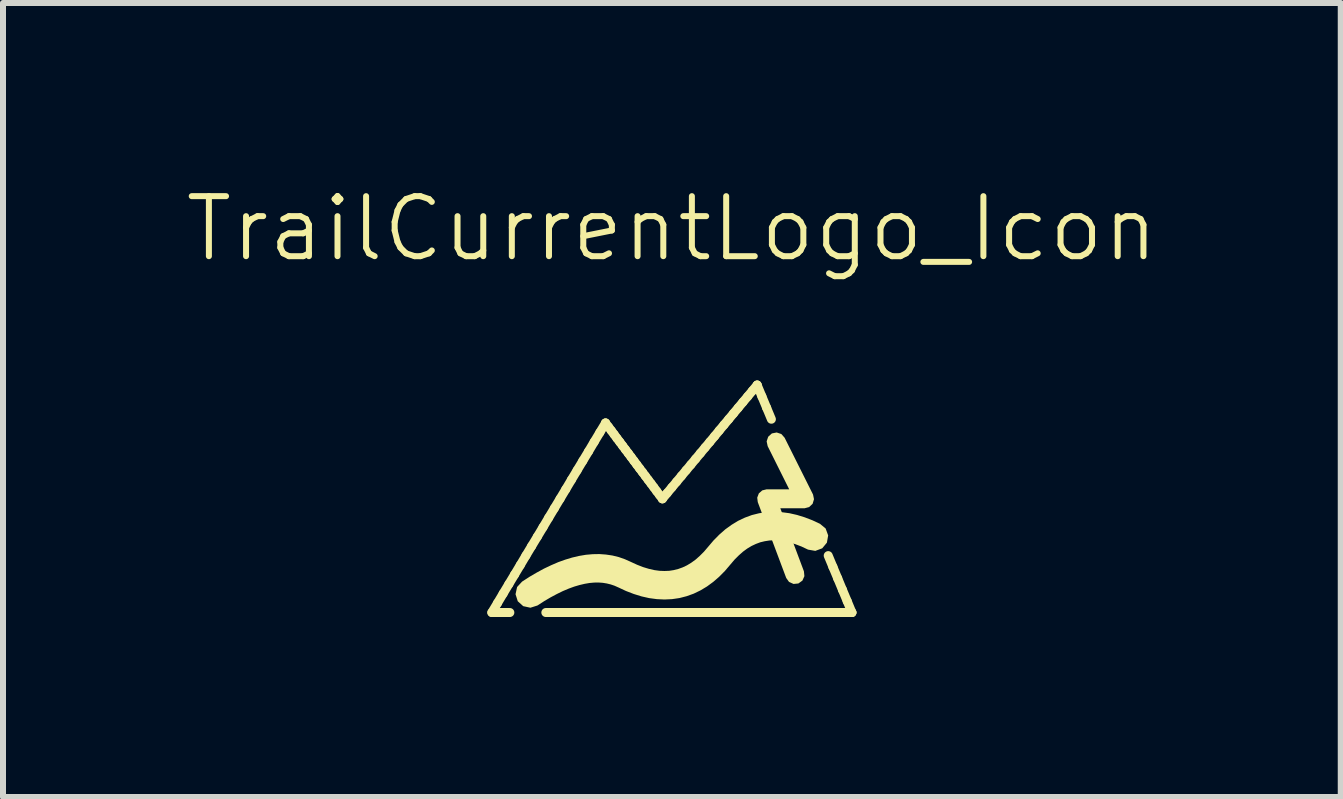
<source format=kicad_pcb>
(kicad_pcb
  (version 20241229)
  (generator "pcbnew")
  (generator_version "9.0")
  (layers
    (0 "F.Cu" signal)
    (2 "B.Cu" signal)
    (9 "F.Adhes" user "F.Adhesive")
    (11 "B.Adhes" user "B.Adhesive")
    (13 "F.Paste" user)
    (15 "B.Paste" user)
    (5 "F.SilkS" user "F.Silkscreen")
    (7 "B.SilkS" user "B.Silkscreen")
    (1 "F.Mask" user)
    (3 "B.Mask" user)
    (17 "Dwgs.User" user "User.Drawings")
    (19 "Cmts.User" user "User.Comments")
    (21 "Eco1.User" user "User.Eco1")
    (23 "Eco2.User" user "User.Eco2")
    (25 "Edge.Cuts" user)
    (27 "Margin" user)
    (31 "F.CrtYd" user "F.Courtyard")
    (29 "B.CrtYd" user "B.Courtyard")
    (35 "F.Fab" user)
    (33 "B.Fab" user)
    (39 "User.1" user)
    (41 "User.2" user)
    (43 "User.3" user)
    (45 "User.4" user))
  (footprint "TrailCurrentLogo_Icon"
    (layer "F.Cu")
    (at 8.145 5.261)
    (property "Reference" "TrailCurrentLogo_Icon" (at 0 -4.5 0) (unlocked yes) (layer "F.SilkS") (effects (font (size 1 1) (thickness 0.1))))
    (attr board_only exclude_from_pos_files exclude_from_bom)
    (fp_line (start -3 1.895) (end -2.905 1.737) (stroke (width 0.15) (type solid)) (layer "F.SilkS"))
    (fp_line (start -2.905 1.737) (end -2.811 1.579) (stroke (width 0.15) (type solid)) (layer "F.SilkS"))
    (fp_line (start -2.811 1.579) (end -2.716 1.421) (stroke (width 0.15) (type solid)) (layer "F.SilkS"))
    (fp_line (start -2.716 1.421) (end -2.621 1.263) (stroke (width 0.15) (type solid)) (layer "F.SilkS"))
    (fp_line (start -2.7 1.895) (end -3 1.895) (stroke (width 0.15) (type solid)) (layer "F.SilkS"))
    (fp_line (start -2.621 1.263) (end -2.526 1.105) (stroke (width 0.15) (type solid)) (layer "F.SilkS"))
    (fp_line (start -2.526 1.105) (end -2.432 0.947) (stroke (width 0.15) (type solid)) (layer "F.SilkS"))
    (fp_line (start -2.432 0.947) (end -2.337 0.789) (stroke (width 0.15) (type solid)) (layer "F.SilkS"))
    (fp_line (start -2.337 0.789) (end -2.242 0.632) (stroke (width 0.15) (type solid)) (layer "F.SilkS"))
    (fp_line (start -2.242 0.632) (end -2.147 0.474) (stroke (width 0.15) (type solid)) (layer "F.SilkS"))
    (fp_line (start -2.147 0.474) (end -2.053 0.316) (stroke (width 0.15) (type solid)) (layer "F.SilkS"))
    (fp_line (start -2.053 0.316) (end -1.958 0.158) (stroke (width 0.15) (type solid)) (layer "F.SilkS"))
    (fp_line (start -1.958 0.158) (end -1.863 0) (stroke (width 0.15) (type solid)) (layer "F.SilkS"))
    (fp_line (start -1.863 0) (end -1.768 -0.158) (stroke (width 0.15) (type solid)) (layer "F.SilkS"))
    (fp_line (start -1.8 1.895) (end -2.1 1.895) (stroke (width 0.15) (type solid)) (layer "F.SilkS"))
    (fp_line (start -1.768 -0.158) (end -1.674 -0.316) (stroke (width 0.15) (type solid)) (layer "F.SilkS"))
    (fp_line (start -1.674 -0.316) (end -1.579 -0.474) (stroke (width 0.15) (type solid)) (layer "F.SilkS"))
    (fp_line (start -1.579 -0.474) (end -1.484 -0.632) (stroke (width 0.15) (type solid)) (layer "F.SilkS"))
    (fp_line (start -1.5 1.895) (end -1.8 1.895) (stroke (width 0.15) (type solid)) (layer "F.SilkS"))
    (fp_line (start -1.484 -0.632) (end -1.389 -0.789) (stroke (width 0.15) (type solid)) (layer "F.SilkS"))
    (fp_line (start -1.389 -0.789) (end -1.295 -0.947) (stroke (width 0.15) (type solid)) (layer "F.SilkS"))
    (fp_line (start -1.295 -0.947) (end -1.2 -1.105) (stroke (width 0.15) (type solid)) (layer "F.SilkS"))
    (fp_line (start -1.2 -1.105) (end -1.105 -1.263) (stroke (width 0.15) (type solid)) (layer "F.SilkS"))
    (fp_line (start -1.2 1.895) (end -1.5 1.895) (stroke (width 0.15) (type solid)) (layer "F.SilkS"))
    (fp_line (start -1.105 -1.263) (end -1.105 -1.263) (stroke (width 0.15) (type solid)) (layer "F.SilkS"))
    (fp_line (start -1.105 -1.263) (end -1.058 -1.2) (stroke (width 0.15) (type solid)) (layer "F.SilkS"))
    (fp_line (start -1.058 -1.2) (end -1.01 -1.137) (stroke (width 0.15) (type solid)) (layer "F.SilkS"))
    (fp_line (start -1.01 -1.137) (end -0.963 -1.074) (stroke (width 0.15) (type solid)) (layer "F.SilkS"))
    (fp_line (start -0.963 -1.074) (end -0.916 -1.01) (stroke (width 0.15) (type solid)) (layer "F.SilkS"))
    (fp_line (start -0.916 -1.01) (end -0.868 -0.947) (stroke (width 0.15) (type solid)) (layer "F.SilkS"))
    (fp_line (start -0.9 1.895) (end -1.2 1.895) (stroke (width 0.15) (type solid)) (layer "F.SilkS"))
    (fp_line (start -0.868 -0.947) (end -0.821 -0.884) (stroke (width 0.15) (type solid)) (layer "F.SilkS"))
    (fp_line (start -0.821 -0.884) (end -0.774 -0.821) (stroke (width 0.15) (type solid)) (layer "F.SilkS"))
    (fp_line (start -0.774 -0.821) (end -0.726 -0.758) (stroke (width 0.15) (type solid)) (layer "F.SilkS"))
    (fp_line (start -0.726 -0.758) (end -0.679 -0.695) (stroke (width 0.15) (type solid)) (layer "F.SilkS"))
    (fp_line (start -0.679 -0.695) (end -0.632 -0.632) (stroke (width 0.15) (type solid)) (layer "F.SilkS"))
    (fp_line (start -0.632 -0.632) (end -0.584 -0.568) (stroke (width 0.15) (type solid)) (layer "F.SilkS"))
    (fp_line (start -0.6 1.895) (end -0.9 1.895) (stroke (width 0.15) (type solid)) (layer "F.SilkS"))
    (fp_line (start -0.584 -0.568) (end -0.537 -0.505) (stroke (width 0.15) (type solid)) (layer "F.SilkS"))
    (fp_line (start -0.537 -0.505) (end -0.489 -0.442) (stroke (width 0.15) (type solid)) (layer "F.SilkS"))
    (fp_line (start -0.489 -0.442) (end -0.442 -0.379) (stroke (width 0.15) (type solid)) (layer "F.SilkS"))
    (fp_line (start -0.442 -0.379) (end -0.395 -0.316) (stroke (width 0.15) (type solid)) (layer "F.SilkS"))
    (fp_line (start -0.395 -0.316) (end -0.347 -0.253) (stroke (width 0.15) (type solid)) (layer "F.SilkS"))
    (fp_line (start -0.347 -0.253) (end -0.3 -0.19) (stroke (width 0.15) (type solid)) (layer "F.SilkS"))
    (fp_line (start -0.3 -0.19) (end -0.253 -0.126) (stroke (width 0.15) (type solid)) (layer "F.SilkS"))
    (fp_line (start -0.3 1.895) (end -0.6 1.895) (stroke (width 0.15) (type solid)) (layer "F.SilkS"))
    (fp_line (start -0.253 -0.126) (end -0.205 -0.063) (stroke (width 0.15) (type solid)) (layer "F.SilkS"))
    (fp_line (start -0.205 -0.063) (end -0.158 0) (stroke (width 0.15) (type solid)) (layer "F.SilkS"))
    (fp_line (start -0.158 0) (end -0.158 0) (stroke (width 0.15) (type solid)) (layer "F.SilkS"))
    (fp_line (start -0.158 0) (end -0.079 -0.095) (stroke (width 0.15) (type solid)) (layer "F.SilkS"))
    (fp_line (start -0.079 -0.095) (end 0 -0.19) (stroke (width 0.15) (type solid)) (layer "F.SilkS"))
    (fp_line (start 0 -0.19) (end 0.079 -0.284) (stroke (width 0.15) (type solid)) (layer "F.SilkS"))
    (fp_line (start 0 1.895) (end -0.3 1.895) (stroke (width 0.15) (type solid)) (layer "F.SilkS"))
    (fp_line (start 0.079 -0.284) (end 0.158 -0.379) (stroke (width 0.15) (type solid)) (layer "F.SilkS"))
    (fp_line (start 0.158 -0.379) (end 0.237 -0.474) (stroke (width 0.15) (type solid)) (layer "F.SilkS"))
    (fp_line (start 0.237 -0.474) (end 0.316 -0.568) (stroke (width 0.15) (type solid)) (layer "F.SilkS"))
    (fp_line (start 0.3 1.895) (end 0 1.895) (stroke (width 0.15) (type solid)) (layer "F.SilkS"))
    (fp_line (start 0.316 -0.568) (end 0.395 -0.663) (stroke (width 0.15) (type solid)) (layer "F.SilkS"))
    (fp_line (start 0.395 -0.663) (end 0.474 -0.758) (stroke (width 0.15) (type solid)) (layer "F.SilkS"))
    (fp_line (start 0.474 -0.758) (end 0.553 -0.853) (stroke (width 0.15) (type solid)) (layer "F.SilkS"))
    (fp_line (start 0.553 -0.853) (end 0.632 -0.947) (stroke (width 0.15) (type solid)) (layer "F.SilkS"))
    (fp_line (start 0.6 1.895) (end 0.3 1.895) (stroke (width 0.15) (type solid)) (layer "F.SilkS"))
    (fp_line (start 0.632 -0.947) (end 0.711 -1.042) (stroke (width 0.15) (type solid)) (layer "F.SilkS"))
    (fp_line (start 0.711 -1.042) (end 0.789 -1.137) (stroke (width 0.15) (type solid)) (layer "F.SilkS"))
    (fp_line (start 0.789 -1.137) (end 0.868 -1.232) (stroke (width 0.15) (type solid)) (layer "F.SilkS"))
    (fp_line (start 0.868 -1.232) (end 0.947 -1.326) (stroke (width 0.15) (type solid)) (layer "F.SilkS"))
    (fp_line (start 0.9 1.895) (end 0.6 1.895) (stroke (width 0.15) (type solid)) (layer "F.SilkS"))
    (fp_line (start 0.947 -1.326) (end 1.026 -1.421) (stroke (width 0.15) (type solid)) (layer "F.SilkS"))
    (fp_line (start 1.026 -1.421) (end 1.105 -1.516) (stroke (width 0.15) (type solid)) (layer "F.SilkS"))
    (fp_line (start 1.105 -1.516) (end 1.184 -1.611) (stroke (width 0.15) (type solid)) (layer "F.SilkS"))
    (fp_line (start 1.184 -1.611) (end 1.263 -1.705) (stroke (width 0.15) (type solid)) (layer "F.SilkS"))
    (fp_line (start 1.2 1.895) (end 0.9 1.895) (stroke (width 0.15) (type solid)) (layer "F.SilkS"))
    (fp_line (start 1.263 -1.705) (end 1.342 -1.8) (stroke (width 0.15) (type solid)) (layer "F.SilkS"))
    (fp_line (start 1.342 -1.8) (end 1.421 -1.895) (stroke (width 0.15) (type solid)) (layer "F.SilkS"))
    (fp_line (start 1.421 -1.895) (end 1.421 -1.895) (stroke (width 0.15) (type solid)) (layer "F.SilkS"))
    (fp_line (start 1.421 -1.895) (end 1.5 -1.705) (stroke (width 0.15) (type solid)) (layer "F.SilkS"))
    (fp_line (start 1.5 -1.705) (end 1.579 -1.516) (stroke (width 0.15) (type solid)) (layer "F.SilkS"))
    (fp_line (start 1.5 1.895) (end 1.2 1.895) (stroke (width 0.15) (type solid)) (layer "F.SilkS"))
    (fp_line (start 1.579 -1.516) (end 1.658 -1.326) (stroke (width 0.15) (type solid)) (layer "F.SilkS"))
    (fp_line (start 1.8 1.895) (end 1.5 1.895) (stroke (width 0.15) (type solid)) (layer "F.SilkS"))
    (fp_line (start 2.1 1.895) (end 1.8 1.895) (stroke (width 0.15) (type solid)) (layer "F.SilkS"))
    (fp_line (start 2.4 1.895) (end 2.1 1.895) (stroke (width 0.15) (type solid)) (layer "F.SilkS"))
    (fp_line (start 2.605 0.947) (end 2.684 1.137) (stroke (width 0.15) (type solid)) (layer "F.SilkS"))
    (fp_line (start 2.684 1.137) (end 2.763 1.326) (stroke (width 0.15) (type solid)) (layer "F.SilkS"))
    (fp_line (start 2.7 1.895) (end 2.4 1.895) (stroke (width 0.15) (type solid)) (layer "F.SilkS"))
    (fp_line (start 2.763 1.326) (end 2.842 1.516) (stroke (width 0.15) (type solid)) (layer "F.SilkS"))
    (fp_line (start 2.842 1.516) (end 2.921 1.705) (stroke (width 0.15) (type solid)) (layer "F.SilkS"))
    (fp_line (start 2.921 1.705) (end 3 1.895) (stroke (width 0.15) (type solid)) (layer "F.SilkS"))
    (fp_line (start 3 1.895) (end 2.7 1.895) (stroke (width 0.15) (type solid)) (layer "F.SilkS"))
    (fp_line (start 3 1.895) (end 3 1.895) (stroke (width 0.15) (type solid)) (layer "F.SilkS"))
    (fp_poly (pts (xy 1.596 -0.877) (xy 2.069 0.071) (xy 2.053 -0.007) (xy 2.076 -0.083) (xy 2.134 -0.138) (xy 2.211 -0.158) (xy 1.579 -0.158) (xy 1.506 -0.14) (xy 1.449 -0.09) (xy 1.422 -0.019) (xy 1.431 0.055) (xy 1.905 1.319) (xy 1.952 1.385) (xy 2.027 1.419) (xy 2.108 1.411) (xy 2.175 1.363) (xy 2.208 1.289) (xy 2.2 1.208) (xy 1.727 -0.055) (xy 1.736 0.019) (xy 1.709 0.09) (xy 1.652 0.14) (xy 1.579 0.158) (xy 2.211 0.158) (xy 2.287 0.138) (xy 2.345 0.083) (xy 2.368 0.007) (xy 2.352 -0.071) (xy 1.878 -1.018) (xy 1.824 -1.079) (xy 1.746 -1.105) (xy 1.666 -1.089) (xy 1.605 -1.034) (xy 1.579 -0.957)) (stroke (width 0) (type solid)) (fill yes) (layer "F.SilkS"))
    (fp_poly (pts (xy -2.24 1.778) (xy -2.127 1.705) (xy -2.02 1.642) (xy -1.917 1.587) (xy -1.817 1.538) (xy -1.72 1.497) (xy -1.627 1.463) (xy -1.539 1.437) (xy -1.454 1.417) (xy -1.373 1.403) (xy -1.295 1.396) (xy -1.222 1.395) (xy -1.151 1.4) (xy -1.084 1.411) (xy -1.019 1.427) (xy -0.957 1.448) (xy -0.887 1.479) (xy -0.765 1.536) (xy -0.635 1.586) (xy -0.506 1.626) (xy -0.378 1.655) (xy -0.25 1.672) (xy -0.123 1.678) (xy 0.002 1.672) (xy 0.126 1.654) (xy 0.246 1.623) (xy 0.363 1.581) (xy 0.477 1.526) (xy 0.585 1.461) (xy 0.69 1.384) (xy 0.789 1.298) (xy 0.884 1.202) (xy 0.97 1.101) (xy 1.044 1.014) (xy 1.115 0.943) (xy 1.185 0.881) (xy 1.256 0.829) (xy 1.328 0.786) (xy 1.4 0.752) (xy 1.472 0.725) (xy 1.547 0.707) (xy 1.623 0.695) (xy 1.702 0.691) (xy 1.785 0.695) (xy 1.872 0.707) (xy 1.963 0.728) (xy 2.059 0.757) (xy 2.159 0.795) (xy 2.269 0.847) (xy 2.39 0.868) (xy 2.505 0.825) (xy 2.583 0.731) (xy 2.604 0.61) (xy 2.562 0.495) (xy 2.468 0.417) (xy 2.344 0.359) (xy 2.214 0.309) (xy 2.085 0.269) (xy 1.957 0.24) (xy 1.829 0.223) (xy 1.702 0.217) (xy 1.577 0.223) (xy 1.453 0.241) (xy 1.333 0.271) (xy 1.216 0.314) (xy 1.102 0.368) (xy 0.994 0.434) (xy 0.889 0.51) (xy 0.79 0.597) (xy 0.695 0.693) (xy 0.61 0.793) (xy 0.535 0.881) (xy 0.464 0.952) (xy 0.394 1.014) (xy 0.322 1.066) (xy 0.251 1.109) (xy 0.179 1.143) (xy 0.107 1.169) (xy 0.032 1.188) (xy -0.044 1.2) (xy -0.123 1.203) (xy -0.206 1.2) (xy -0.293 1.188) (xy -0.384 1.167) (xy -0.48 1.138) (xy -0.58 1.099) (xy -0.691 1.048) (xy -0.783 1.007) (xy -0.885 0.971) (xy -0.991 0.945) (xy -1.099 0.929) (xy -1.208 0.921) (xy -1.32 0.923) (xy -1.433 0.933) (xy -1.546 0.952) (xy -1.661 0.979) (xy -1.777 1.014) (xy -1.894 1.056) (xy -2.012 1.107) (xy -2.132 1.164) (xy -2.253 1.23) (xy -2.376 1.302) (xy -2.496 1.38) (xy -2.579 1.47) (xy -2.605 1.59) (xy -2.568 1.707) (xy -2.477 1.789) (xy -2.357 1.815)) (stroke (width 0) (type solid)) (fill yes) (layer "F.SilkS")))
  (gr_rect
    (start -3 -3)
    (end 19.29 10.23)
    (stroke (width 0.1) (type default))
    (fill no)
    (layer "Edge.Cuts")))
</source>
